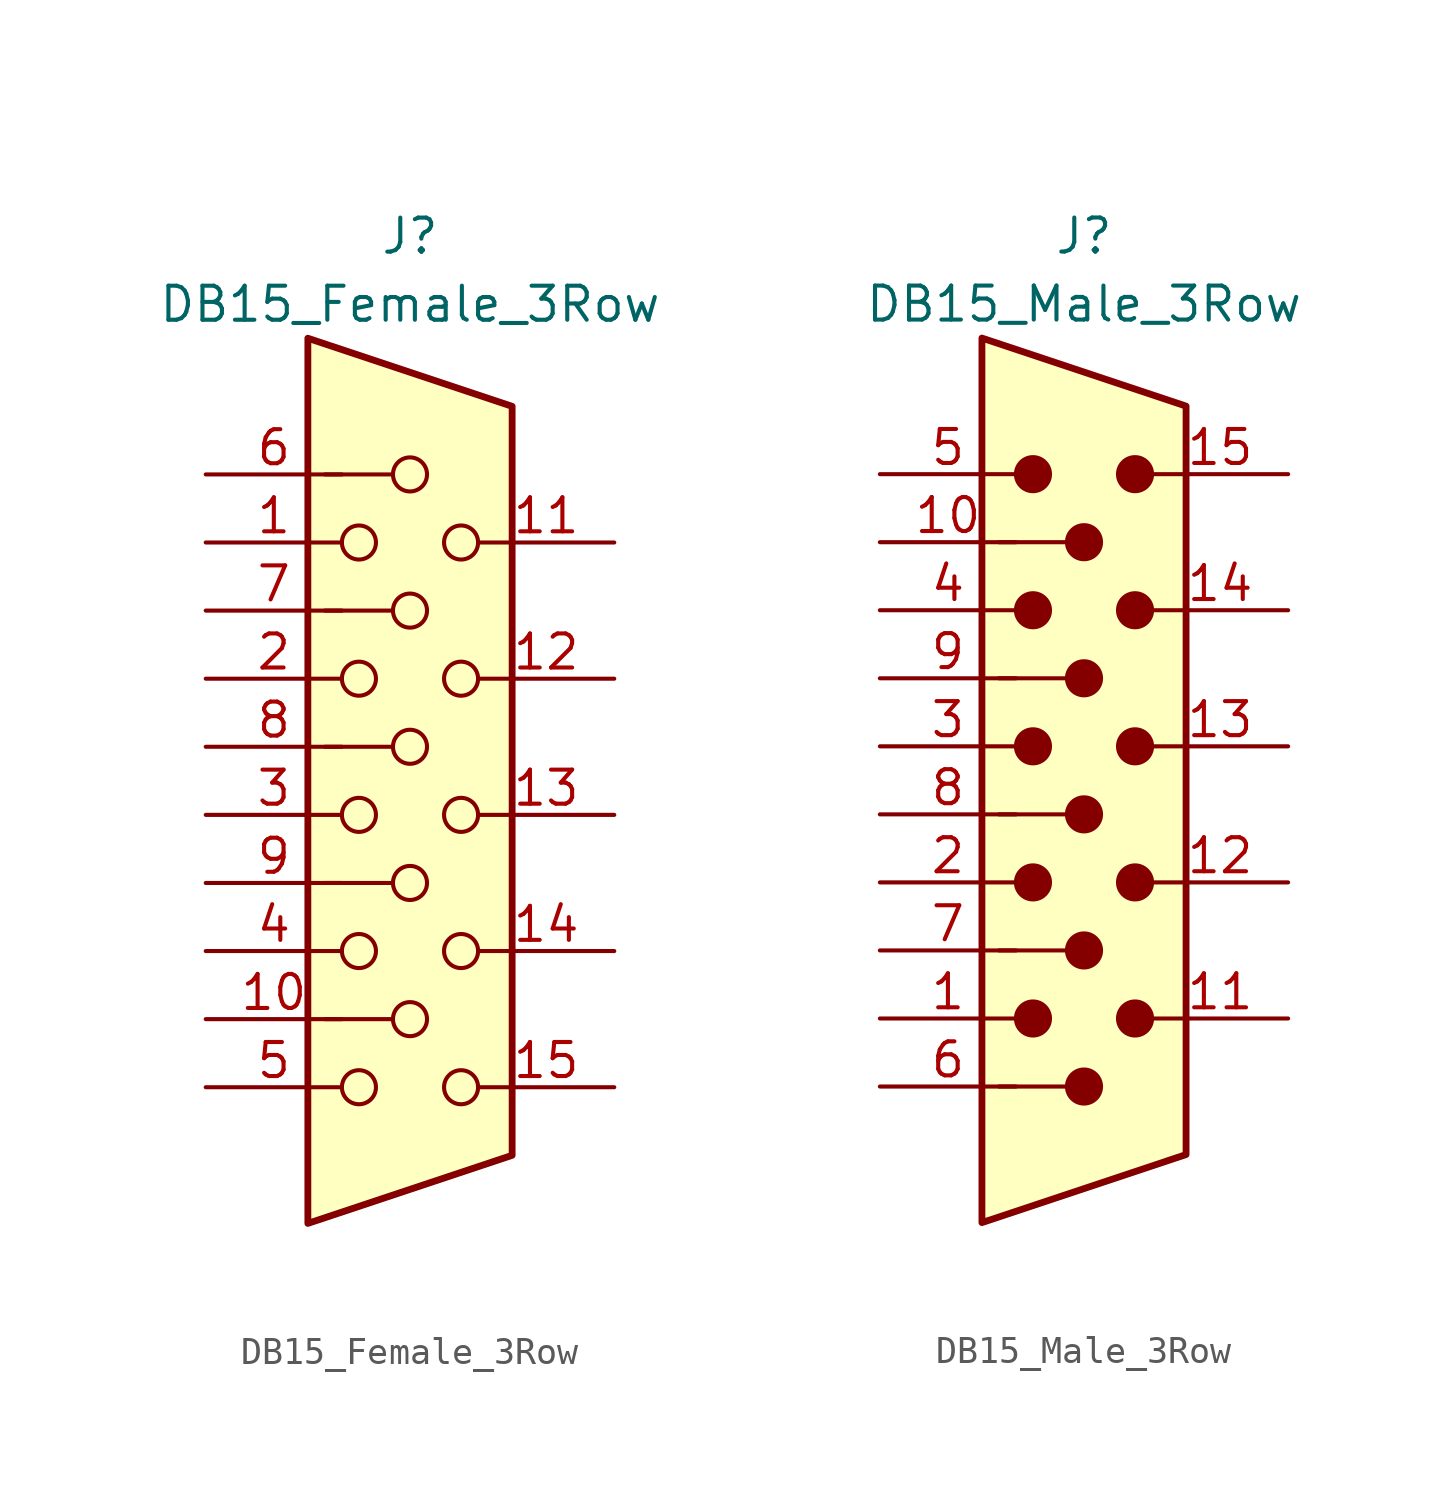
<source format=kicad_sym>
(kicad_symbol_lib
  (version 20220914)
  (generator kicad_symbol_editor)
  (symbol "DB15_Female_3Row"
    (pin_names
      (offset 1.016) hide)
    (property "Reference" "J"
      (at 0 21.59 0)
      (effects (font (size 1.27 1.27))))
    (property "Value" "DB15_Female_3Row"
      (at 0 19.05 0)
      (effects (font (size 1.27 1.27))))
    (symbol "DB15_Female_3Row_0_1"
      (circle (center -1.905 -10.16) (radius 0.635) (stroke (width 0) (type default)) (fill (type none)))
      (circle (center -1.905 -5.08) (radius 0.635) (stroke (width 0) (type default)) (fill (type none)))
      (circle (center -1.905 0) (radius 0.635) (stroke (width 0) (type default)) (fill (type none)))
      (circle (center -1.905 5.08) (radius 0.635) (stroke (width 0) (type default)) (fill (type none)))
      (circle (center -1.905 10.16) (radius 0.635) (stroke (width 0) (type default)) (fill (type none)))
      (circle (center 0 -7.62) (radius 0.635) (stroke (width 0) (type default)) (fill (type none)))
      (circle (center 0 -2.54) (radius 0.635) (stroke (width 0) (type default)) (fill (type none)))
      (polyline (pts (xy -3.175 7.62) (xy -0.635 7.62)) (stroke (width 0) (type default)) (fill (type none)))
      (polyline (pts (xy -0.635 -7.62) (xy -3.175 -7.62)) (stroke (width 0) (type default)) (fill (type none)))
      (polyline (pts (xy -0.635 -2.54) (xy -3.175 -2.54)) (stroke (width 0) (type default)) (fill (type none)))
      (polyline (pts (xy -0.635 2.54) (xy -3.175 2.54)) (stroke (width 0) (type default)) (fill (type none)))
      (polyline (pts (xy -0.635 12.7) (xy -3.175 12.7)) (stroke (width 0) (type default)) (fill (type none)))
      (polyline (pts (xy -3.81 17.78) (xy -3.81 -15.24) (xy 3.81 -12.7) (xy 3.81 15.24) (xy -3.81 17.78)) (stroke (width 0.254) (type default)) (fill (type background)))
      (circle (center 0 2.54) (radius 0.635) (stroke (width 0) (type default)) (fill (type none)))
      (circle (center 0 7.62) (radius 0.635) (stroke (width 0) (type default)) (fill (type none)))
      (circle (center 0 12.7) (radius 0.635) (stroke (width 0) (type default)) (fill (type none)))
      (circle (center 1.905 -10.16) (radius 0.635) (stroke (width 0) (type default)) (fill (type none)))
      (circle (center 1.905 -5.08) (radius 0.635) (stroke (width 0) (type default)) (fill (type none)))
      (circle (center 1.905 0) (radius 0.635) (stroke (width 0) (type default)) (fill (type none)))
      (circle (center 1.905 5.08) (radius 0.635) (stroke (width 0) (type default)) (fill (type none)))
      (circle (center 1.905 10.16) (radius 0.635) (stroke (width 0) (type default)) (fill (type none))))
    (symbol "DB15_Female_3Row_1_1"
      (pin passive line (at -7.62 10.16 0) (length 5.08) (name "~" (effects (font (size 1.27 1.27)))) (number "1" (effects (font (size 1.27 1.27)))))
      (pin passive line (at -7.62 -7.62 0) (length 5.08) (name "~" (effects (font (size 1.27 1.27)))) (number "10" (effects (font (size 1.27 1.27)))))
      (pin passive line (at 7.62 10.16 180) (length 5.08) (name "~" (effects (font (size 1.27 1.27)))) (number "11" (effects (font (size 1.27 1.27)))))
      (pin passive line (at 7.62 5.08 180) (length 5.08) (name "~" (effects (font (size 1.27 1.27)))) (number "12" (effects (font (size 1.27 1.27)))))
      (pin passive line (at 7.62 0 180) (length 5.08) (name "~" (effects (font (size 1.27 1.27)))) (number "13" (effects (font (size 1.27 1.27)))))
      (pin passive line (at 7.62 -5.08 180) (length 5.08) (name "~" (effects (font (size 1.27 1.27)))) (number "14" (effects (font (size 1.27 1.27)))))
      (pin passive line (at 7.62 -10.16 180) (length 5.08) (name "~" (effects (font (size 1.27 1.27)))) (number "15" (effects (font (size 1.27 1.27)))))
      (pin passive line (at -7.62 5.08 0) (length 5.08) (name "~" (effects (font (size 1.27 1.27)))) (number "2" (effects (font (size 1.27 1.27)))))
      (pin passive line (at -7.62 0 0) (length 5.08) (name "~" (effects (font (size 1.27 1.27)))) (number "3" (effects (font (size 1.27 1.27)))))
      (pin passive line (at -7.62 -5.08 0) (length 5.08) (name "~" (effects (font (size 1.27 1.27)))) (number "4" (effects (font (size 1.27 1.27)))))
      (pin passive line (at -7.62 -10.16 0) (length 5.08) (name "~" (effects (font (size 1.27 1.27)))) (number "5" (effects (font (size 1.27 1.27)))))
      (pin passive line (at -7.62 12.7 0) (length 5.08) (name "~" (effects (font (size 1.27 1.27)))) (number "6" (effects (font (size 1.27 1.27)))))
      (pin passive line (at -7.62 7.62 0) (length 5.08) (name "~" (effects (font (size 1.27 1.27)))) (number "7" (effects (font (size 1.27 1.27)))))
      (pin passive line (at -7.62 2.54 0) (length 5.08) (name "~" (effects (font (size 1.27 1.27)))) (number "8" (effects (font (size 1.27 1.27)))))
      (pin passive line (at -7.62 -2.54 0) (length 5.08) (name "~" (effects (font (size 1.27 1.27)))) (number "9" (effects (font (size 1.27 1.27)))))))
  (symbol "DB15_Male_3Row"
    (pin_names
      (offset 1.016) hide)
    (property "Reference" "J"
      (at 0 21.59 0)
      (effects (font (size 1.27 1.27))))
    (property "Value" "DB15_Male_3Row"
      (at 0 19.05 0)
      (effects (font (size 1.27 1.27))))
    (symbol "DB15_Male_3Row_0_1"
      (circle (center -1.905 -7.62) (radius 0.635) (stroke (width 0) (type default)) (fill (type outline)))
      (circle (center -1.905 -2.54) (radius 0.635) (stroke (width 0) (type default)) (fill (type outline)))
      (circle (center -1.905 2.54) (radius 0.635) (stroke (width 0) (type default)) (fill (type outline)))
      (circle (center -1.905 7.62) (radius 0.635) (stroke (width 0) (type default)) (fill (type outline)))
      (circle (center -1.905 12.7) (radius 0.635) (stroke (width 0) (type default)) (fill (type outline)))
      (circle (center 0 -10.16) (radius 0.635) (stroke (width 0) (type default)) (fill (type outline)))
      (circle (center 0 -5.08) (radius 0.635) (stroke (width 0) (type default)) (fill (type outline)))
      (polyline (pts (xy -3.175 -5.08) (xy -0.635 -5.08)) (stroke (width 0) (type default)) (fill (type none)))
      (polyline (pts (xy -0.635 -10.16) (xy -3.175 -10.16)) (stroke (width 0) (type default)) (fill (type none)))
      (polyline (pts (xy -0.635 0) (xy -3.175 0)) (stroke (width 0) (type default)) (fill (type none)))
      (polyline (pts (xy -0.635 5.08) (xy -3.175 5.08)) (stroke (width 0) (type default)) (fill (type none)))
      (polyline (pts (xy -0.635 10.16) (xy -3.175 10.16)) (stroke (width 0) (type default)) (fill (type none)))
      (polyline (pts (xy -3.81 17.78) (xy -3.81 -15.24) (xy 3.81 -12.7) (xy 3.81 15.24) (xy -3.81 17.78)) (stroke (width 0.254) (type default)) (fill (type background)))
      (circle (center 0 0) (radius 0.635) (stroke (width 0) (type default)) (fill (type outline)))
      (circle (center 0 5.08) (radius 0.635) (stroke (width 0) (type default)) (fill (type outline)))
      (circle (center 0 10.16) (radius 0.635) (stroke (width 0) (type default)) (fill (type outline)))
      (circle (center 1.905 -7.62) (radius 0.635) (stroke (width 0) (type default)) (fill (type outline)))
      (circle (center 1.905 -2.54) (radius 0.635) (stroke (width 0) (type default)) (fill (type outline)))
      (circle (center 1.905 2.54) (radius 0.635) (stroke (width 0) (type default)) (fill (type outline)))
      (circle (center 1.905 7.62) (radius 0.635) (stroke (width 0) (type default)) (fill (type outline)))
      (circle (center 1.905 12.7) (radius 0.635) (stroke (width 0) (type default)) (fill (type outline))))
    (symbol "DB15_Male_3Row_1_1"
      (pin passive line (at -7.62 -7.62 0) (length 5.08) (name "~" (effects (font (size 1.27 1.27)))) (number "1" (effects (font (size 1.27 1.27)))))
      (pin passive line (at -7.62 10.16 0) (length 5.08) (name "~" (effects (font (size 1.27 1.27)))) (number "10" (effects (font (size 1.27 1.27)))))
      (pin passive line (at 7.62 -7.62 180) (length 5.08) (name "~" (effects (font (size 1.27 1.27)))) (number "11" (effects (font (size 1.27 1.27)))))
      (pin passive line (at 7.62 -2.54 180) (length 5.08) (name "~" (effects (font (size 1.27 1.27)))) (number "12" (effects (font (size 1.27 1.27)))))
      (pin passive line (at 7.62 2.54 180) (length 5.08) (name "~" (effects (font (size 1.27 1.27)))) (number "13" (effects (font (size 1.27 1.27)))))
      (pin passive line (at 7.62 7.62 180) (length 5.08) (name "~" (effects (font (size 1.27 1.27)))) (number "14" (effects (font (size 1.27 1.27)))))
      (pin passive line (at 7.62 12.7 180) (length 5.08) (name "~" (effects (font (size 1.27 1.27)))) (number "15" (effects (font (size 1.27 1.27)))))
      (pin passive line (at -7.62 -2.54 0) (length 5.08) (name "~" (effects (font (size 1.27 1.27)))) (number "2" (effects (font (size 1.27 1.27)))))
      (pin passive line (at -7.62 2.54 0) (length 5.08) (name "~" (effects (font (size 1.27 1.27)))) (number "3" (effects (font (size 1.27 1.27)))))
      (pin passive line (at -7.62 7.62 0) (length 5.08) (name "~" (effects (font (size 1.27 1.27)))) (number "4" (effects (font (size 1.27 1.27)))))
      (pin passive line (at -7.62 12.7 0) (length 5.08) (name "~" (effects (font (size 1.27 1.27)))) (number "5" (effects (font (size 1.27 1.27)))))
      (pin passive line (at -7.62 -10.16 0) (length 5.08) (name "~" (effects (font (size 1.27 1.27)))) (number "6" (effects (font (size 1.27 1.27)))))
      (pin passive line (at -7.62 -5.08 0) (length 5.08) (name "~" (effects (font (size 1.27 1.27)))) (number "7" (effects (font (size 1.27 1.27)))))
      (pin passive line (at -7.62 0 0) (length 5.08) (name "~" (effects (font (size 1.27 1.27)))) (number "8" (effects (font (size 1.27 1.27)))))
      (pin passive line (at -7.62 5.08 0) (length 5.08) (name "~" (effects (font (size 1.27 1.27)))) (number "9" (effects (font (size 1.27 1.27))))))))
</source>
